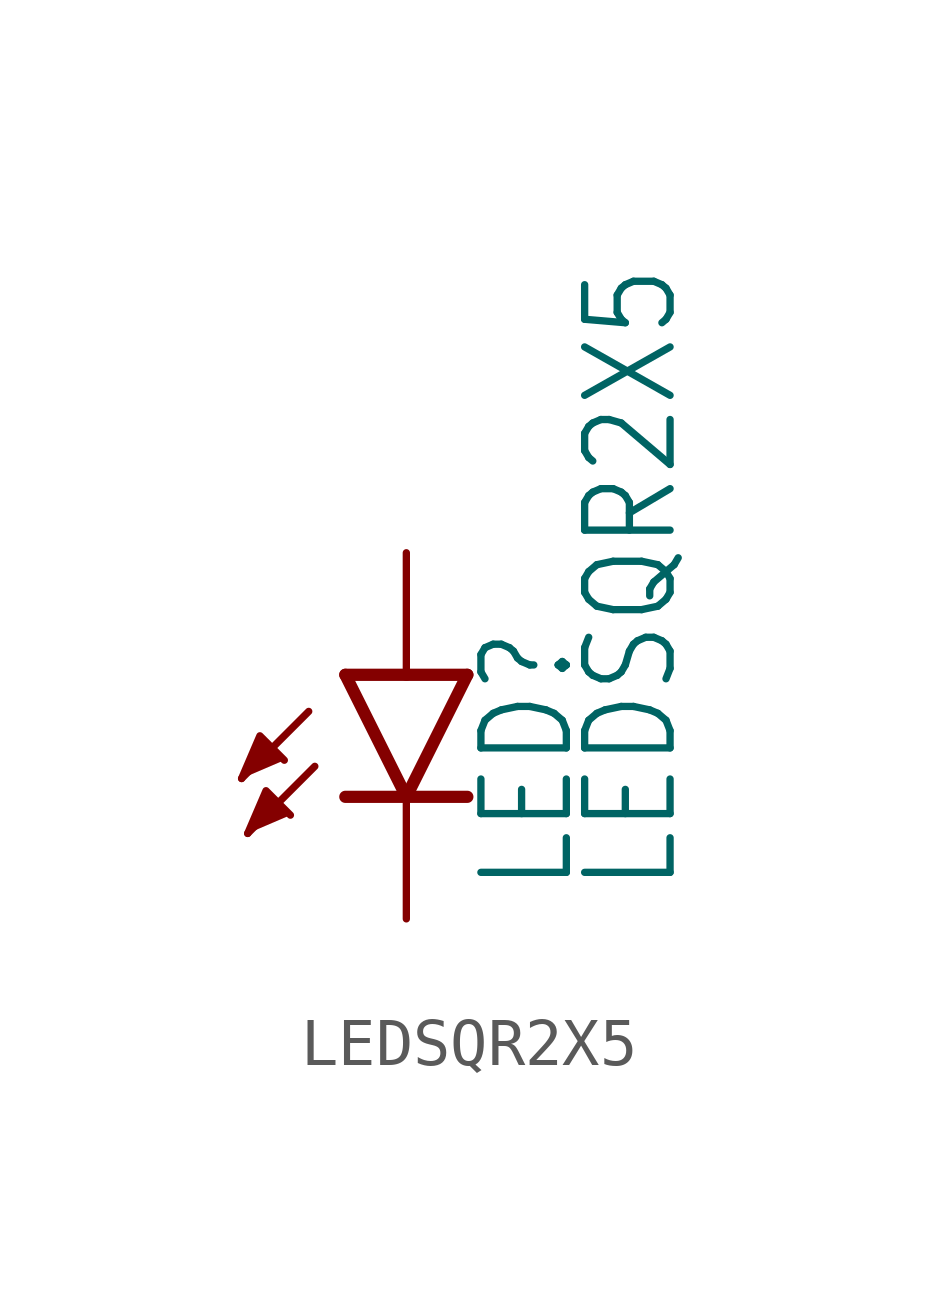
<source format=kicad_sym>
(kicad_symbol_lib
  (version 20211014)
  (generator kicad_symbol_editor)
  (symbol "LEDSQR2X5"
    (property "Reference" "LED"
      (at 3.556 -4.572 90)
      (effects (font (size 1.778 1.511)) (justify left bottom)))
    (property "Value" "LEDSQR2X5"
      (at 5.715 -4.572 90)
      (effects (font (size 1.778 1.511)) (justify left bottom)))
    (property "ki_locked" ""
      (at 0 0 0)
      (effects (font (size 1.27 1.27))))
    (symbol "LEDSQR2X5_1_0"
      (polyline (pts (xy -2.032 -0.762) (xy -3.429 -2.159)) (stroke (width 0.152) (type default) (color 0 0 0 0)) (fill (type none)))
      (polyline (pts (xy -1.905 -1.905) (xy -3.302 -3.302)) (stroke (width 0.152) (type default) (color 0 0 0 0)) (fill (type none)))
      (polyline (pts (xy 0 -2.54) (xy -1.27 -2.54)) (stroke (width 0.254) (type default) (color 0 0 0 0)) (fill (type none)))
      (polyline (pts (xy 0 -2.54) (xy -1.27 0)) (stroke (width 0.254) (type default) (color 0 0 0 0)) (fill (type none)))
      (polyline (pts (xy 0 0) (xy -1.27 0)) (stroke (width 0.254) (type default) (color 0 0 0 0)) (fill (type none)))
      (polyline (pts (xy 1.27 -2.54) (xy 0 -2.54)) (stroke (width 0.254) (type default) (color 0 0 0 0)) (fill (type none)))
      (polyline (pts (xy 1.27 0) (xy 0 -2.54)) (stroke (width 0.254) (type default) (color 0 0 0 0)) (fill (type none)))
      (polyline (pts (xy 1.27 0) (xy 0 0)) (stroke (width 0.254) (type default) (color 0 0 0 0)) (fill (type none)))
      (polyline (pts (xy -3.429 -2.159) (xy -3.048 -1.27) (xy -2.54 -1.778)) (stroke (width 0) (type default) (color 0 0 0 0)) (fill (type outline)))
      (polyline (pts (xy -3.302 -3.302) (xy -2.921 -2.413) (xy -2.413 -2.921)) (stroke (width 0) (type default) (color 0 0 0 0)) (fill (type outline)))
      (pin passive line (at 0 2.54 270) (length 2.54) (name "A" (effects (font (size 0 0)))) (number "A" (effects (font (size 0 0)))))
      (pin passive line (at 0 -5.08 90) (length 2.54) (name "C" (effects (font (size 0 0)))) (number "K" (effects (font (size 0 0))))))))
</source>
